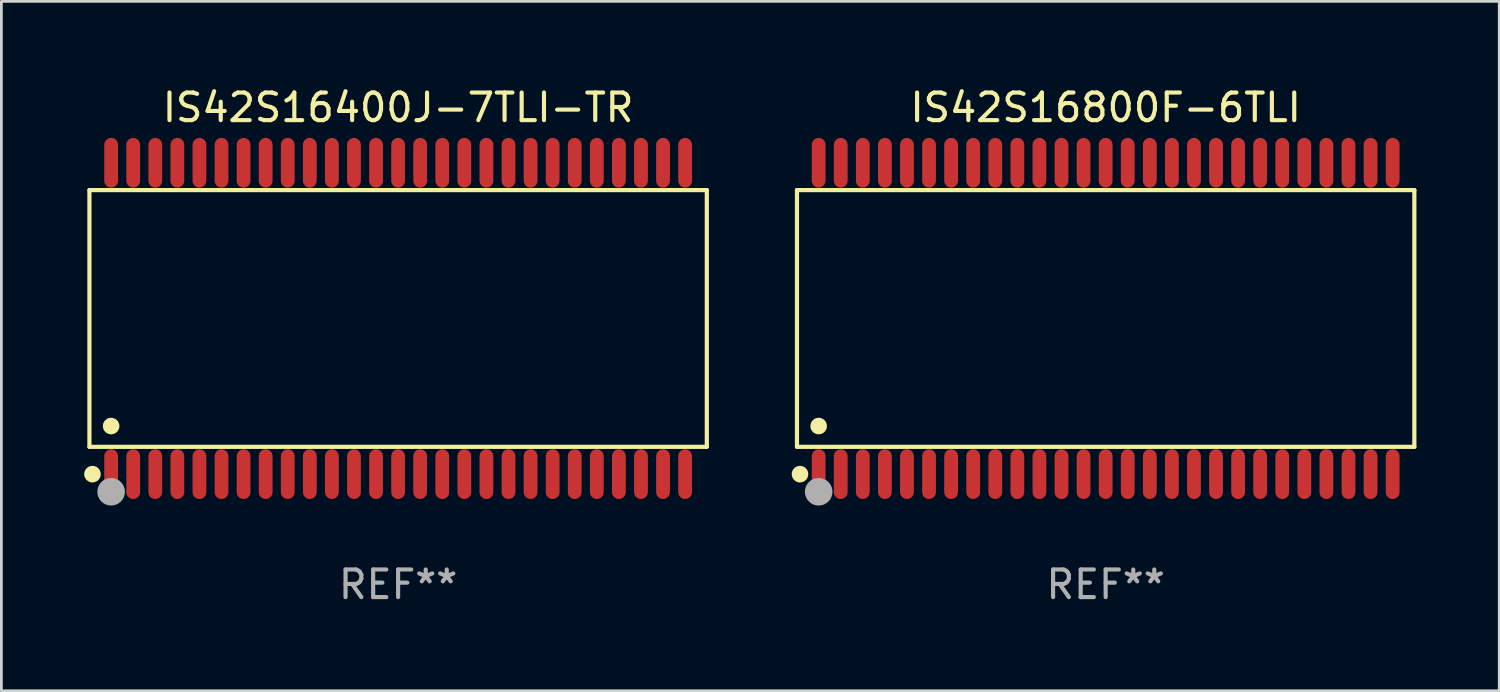
<source format=kicad_pcb>
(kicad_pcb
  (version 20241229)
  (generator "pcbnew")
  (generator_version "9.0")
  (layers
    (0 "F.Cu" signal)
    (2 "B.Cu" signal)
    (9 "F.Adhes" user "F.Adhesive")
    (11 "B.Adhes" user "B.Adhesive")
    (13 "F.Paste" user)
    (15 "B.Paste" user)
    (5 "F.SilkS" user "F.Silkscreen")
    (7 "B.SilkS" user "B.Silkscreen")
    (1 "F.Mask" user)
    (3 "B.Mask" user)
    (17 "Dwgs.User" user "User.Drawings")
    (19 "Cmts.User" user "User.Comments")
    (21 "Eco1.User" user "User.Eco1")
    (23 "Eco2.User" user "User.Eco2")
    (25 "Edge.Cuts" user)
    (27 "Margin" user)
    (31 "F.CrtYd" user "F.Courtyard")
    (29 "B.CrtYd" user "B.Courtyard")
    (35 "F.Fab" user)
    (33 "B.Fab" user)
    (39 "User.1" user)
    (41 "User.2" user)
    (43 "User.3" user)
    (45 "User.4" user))
  (footprint "IS42S16800F-6TLI"
    (layer "F.Cu")
    (at 37.016 8.49)
    (property "Reference" "IS42S16800F-6TLI" (at 0 -7.642 0) (layer "F.SilkS") (effects (font (size 1 1) (thickness 0.15))))
    (attr through_hole)
    (fp_line (start -11.186 -4.651) (end 11.186 -4.651) (stroke (width 0.152) (type solid)) (layer "F.SilkS"))
    (fp_line (start -11.186 4.651) (end -11.186 -4.651) (stroke (width 0.152) (type solid)) (layer "F.SilkS"))
    (fp_line (start 11.186 -4.651) (end 11.186 4.651) (stroke (width 0.152) (type solid)) (layer "F.SilkS"))
    (fp_line (start 11.186 4.651) (end -11.186 4.651) (stroke (width 0.152) (type solid)) (layer "F.SilkS"))
    (fp_circle (center -11.11 5.88) (end -11.08 5.88) (stroke (width 0.06) (type solid)) (fill no) (layer "F.SilkS"))
    (fp_circle (center -11.076 5.642) (end -10.926 5.642) (stroke (width 0.3) (type solid)) (fill no) (layer "F.SilkS"))
    (fp_circle (center -10.4 3.899) (end -10.25 3.899) (stroke (width 0.3) (type solid)) (fill no) (layer "F.SilkS"))
    (fp_circle (center -10.4 6.28) (end -10.15 6.28) (stroke (width 0.5) (type solid)) (fill no) (layer "F.Fab"))
    (fp_text user "REF**" (at 0 9.642 0) (layer "F.Fab") (effects (font (size 1 1) (thickness 0.15))))
    (pad "1" smd oval (at -10.4 5.642) (size 0.5 1.8) (layers "F.Cu" "F.Mask" "F.Paste"))
    (pad "2" smd oval (at -9.6 5.642) (size 0.5 1.8) (layers "F.Cu" "F.Mask" "F.Paste"))
    (pad "3" smd oval (at -8.8 5.642) (size 0.5 1.8) (layers "F.Cu" "F.Mask" "F.Paste"))
    (pad "4" smd oval (at -8 5.642) (size 0.5 1.8) (layers "F.Cu" "F.Mask" "F.Paste"))
    (pad "5" smd oval (at -7.2 5.642) (size 0.5 1.8) (layers "F.Cu" "F.Mask" "F.Paste"))
    (pad "6" smd oval (at -6.4 5.642) (size 0.5 1.8) (layers "F.Cu" "F.Mask" "F.Paste"))
    (pad "7" smd oval (at -5.6 5.642) (size 0.5 1.8) (layers "F.Cu" "F.Mask" "F.Paste"))
    (pad "8" smd oval (at -4.8 5.642) (size 0.5 1.8) (layers "F.Cu" "F.Mask" "F.Paste"))
    (pad "9" smd oval (at -4 5.642) (size 0.5 1.8) (layers "F.Cu" "F.Mask" "F.Paste"))
    (pad "10" smd oval (at -3.2 5.642) (size 0.5 1.8) (layers "F.Cu" "F.Mask" "F.Paste"))
    (pad "11" smd oval (at -2.4 5.642) (size 0.5 1.8) (layers "F.Cu" "F.Mask" "F.Paste"))
    (pad "12" smd oval (at -1.6 5.642) (size 0.5 1.8) (layers "F.Cu" "F.Mask" "F.Paste"))
    (pad "13" smd oval (at -0.8 5.642) (size 0.5 1.8) (layers "F.Cu" "F.Mask" "F.Paste"))
    (pad "14" smd oval (at 0 5.642) (size 0.5 1.8) (layers "F.Cu" "F.Mask" "F.Paste"))
    (pad "15" smd oval (at 0.8 5.642) (size 0.5 1.8) (layers "F.Cu" "F.Mask" "F.Paste"))
    (pad "16" smd oval (at 1.6 5.642) (size 0.5 1.8) (layers "F.Cu" "F.Mask" "F.Paste"))
    (pad "17" smd oval (at 2.4 5.642) (size 0.5 1.8) (layers "F.Cu" "F.Mask" "F.Paste"))
    (pad "18" smd oval (at 3.2 5.642) (size 0.5 1.8) (layers "F.Cu" "F.Mask" "F.Paste"))
    (pad "19" smd oval (at 4 5.642) (size 0.5 1.8) (layers "F.Cu" "F.Mask" "F.Paste"))
    (pad "20" smd oval (at 4.8 5.642) (size 0.5 1.8) (layers "F.Cu" "F.Mask" "F.Paste"))
    (pad "21" smd oval (at 5.6 5.642) (size 0.5 1.8) (layers "F.Cu" "F.Mask" "F.Paste"))
    (pad "22" smd oval (at 6.4 5.642) (size 0.5 1.8) (layers "F.Cu" "F.Mask" "F.Paste"))
    (pad "23" smd oval (at 7.2 5.642) (size 0.5 1.8) (layers "F.Cu" "F.Mask" "F.Paste"))
    (pad "24" smd oval (at 8 5.642) (size 0.5 1.8) (layers "F.Cu" "F.Mask" "F.Paste"))
    (pad "25" smd oval (at 8.8 5.642) (size 0.5 1.8) (layers "F.Cu" "F.Mask" "F.Paste"))
    (pad "26" smd oval (at 9.6 5.642) (size 0.5 1.8) (layers "F.Cu" "F.Mask" "F.Paste"))
    (pad "27" smd oval (at 10.4 5.642) (size 0.5 1.8) (layers "F.Cu" "F.Mask" "F.Paste"))
    (pad "28" smd oval (at 10.4 -5.642) (size 0.5 1.8) (layers "F.Cu" "F.Mask" "F.Paste"))
    (pad "29" smd oval (at 9.6 -5.642) (size 0.5 1.8) (layers "F.Cu" "F.Mask" "F.Paste"))
    (pad "30" smd oval (at 8.8 -5.642) (size 0.5 1.8) (layers "F.Cu" "F.Mask" "F.Paste"))
    (pad "31" smd oval (at 8 -5.642) (size 0.5 1.8) (layers "F.Cu" "F.Mask" "F.Paste"))
    (pad "32" smd oval (at 7.2 -5.642) (size 0.5 1.8) (layers "F.Cu" "F.Mask" "F.Paste"))
    (pad "33" smd oval (at 6.4 -5.642) (size 0.5 1.8) (layers "F.Cu" "F.Mask" "F.Paste"))
    (pad "34" smd oval (at 5.6 -5.642) (size 0.5 1.8) (layers "F.Cu" "F.Mask" "F.Paste"))
    (pad "35" smd oval (at 4.8 -5.642) (size 0.5 1.8) (layers "F.Cu" "F.Mask" "F.Paste"))
    (pad "36" smd oval (at 4 -5.642) (size 0.5 1.8) (layers "F.Cu" "F.Mask" "F.Paste"))
    (pad "37" smd oval (at 3.2 -5.642) (size 0.5 1.8) (layers "F.Cu" "F.Mask" "F.Paste"))
    (pad "38" smd oval (at 2.4 -5.642) (size 0.5 1.8) (layers "F.Cu" "F.Mask" "F.Paste"))
    (pad "39" smd oval (at 1.6 -5.642) (size 0.5 1.8) (layers "F.Cu" "F.Mask" "F.Paste"))
    (pad "40" smd oval (at 0.8 -5.642) (size 0.5 1.8) (layers "F.Cu" "F.Mask" "F.Paste"))
    (pad "41" smd oval (at 0 -5.642) (size 0.5 1.8) (layers "F.Cu" "F.Mask" "F.Paste"))
    (pad "42" smd oval (at -0.8 -5.642) (size 0.5 1.8) (layers "F.Cu" "F.Mask" "F.Paste"))
    (pad "43" smd oval (at -1.6 -5.642) (size 0.5 1.8) (layers "F.Cu" "F.Mask" "F.Paste"))
    (pad "44" smd oval (at -2.4 -5.642) (size 0.5 1.8) (layers "F.Cu" "F.Mask" "F.Paste"))
    (pad "45" smd oval (at -3.2 -5.642) (size 0.5 1.8) (layers "F.Cu" "F.Mask" "F.Paste"))
    (pad "46" smd oval (at -4 -5.642) (size 0.5 1.8) (layers "F.Cu" "F.Mask" "F.Paste"))
    (pad "47" smd oval (at -4.8 -5.642) (size 0.5 1.8) (layers "F.Cu" "F.Mask" "F.Paste"))
    (pad "48" smd oval (at -5.6 -5.642) (size 0.5 1.8) (layers "F.Cu" "F.Mask" "F.Paste"))
    (pad "49" smd oval (at -6.4 -5.642) (size 0.5 1.8) (layers "F.Cu" "F.Mask" "F.Paste"))
    (pad "50" smd oval (at -7.2 -5.642) (size 0.5 1.8) (layers "F.Cu" "F.Mask" "F.Paste"))
    (pad "51" smd oval (at -8 -5.642) (size 0.5 1.8) (layers "F.Cu" "F.Mask" "F.Paste"))
    (pad "52" smd oval (at -8.8 -5.642) (size 0.5 1.8) (layers "F.Cu" "F.Mask" "F.Paste"))
    (pad "53" smd oval (at -9.6 -5.642) (size 0.5 1.8) (layers "F.Cu" "F.Mask" "F.Paste"))
    (pad "54" smd oval (at -10.4 -5.642) (size 0.5 1.8) (layers "F.Cu" "F.Mask" "F.Paste")))
  (footprint "IS42S16400J-7TLI-TR"
    (layer "F.Cu")
    (at 11.377 8.49)
    (property "Reference" "IS42S16400J-7TLI-TR" (at 0 -7.642 0) (layer "F.SilkS") (effects (font (size 1 1) (thickness 0.15))))
    (attr through_hole)
    (fp_line (start -11.186 -4.651) (end 11.186 -4.651) (stroke (width 0.152) (type solid)) (layer "F.SilkS"))
    (fp_line (start -11.186 4.651) (end -11.186 -4.651) (stroke (width 0.152) (type solid)) (layer "F.SilkS"))
    (fp_line (start 11.186 -4.651) (end 11.186 4.651) (stroke (width 0.152) (type solid)) (layer "F.SilkS"))
    (fp_line (start 11.186 4.651) (end -11.186 4.651) (stroke (width 0.152) (type solid)) (layer "F.SilkS"))
    (fp_circle (center -11.11 5.88) (end -11.08 5.88) (stroke (width 0.06) (type solid)) (fill no) (layer "F.SilkS"))
    (fp_circle (center -11.076 5.642) (end -10.926 5.642) (stroke (width 0.3) (type solid)) (fill no) (layer "F.SilkS"))
    (fp_circle (center -10.4 3.899) (end -10.25 3.899) (stroke (width 0.3) (type solid)) (fill no) (layer "F.SilkS"))
    (fp_circle (center -10.4 6.28) (end -10.15 6.28) (stroke (width 0.5) (type solid)) (fill no) (layer "F.Fab"))
    (fp_text user "REF**" (at 0 9.642 0) (layer "F.Fab") (effects (font (size 1 1) (thickness 0.15))))
    (pad "1" smd oval (at -10.4 5.642) (size 0.5 1.8) (layers "F.Cu" "F.Mask" "F.Paste"))
    (pad "2" smd oval (at -9.6 5.642) (size 0.5 1.8) (layers "F.Cu" "F.Mask" "F.Paste"))
    (pad "3" smd oval (at -8.8 5.642) (size 0.5 1.8) (layers "F.Cu" "F.Mask" "F.Paste"))
    (pad "4" smd oval (at -8 5.642) (size 0.5 1.8) (layers "F.Cu" "F.Mask" "F.Paste"))
    (pad "5" smd oval (at -7.2 5.642) (size 0.5 1.8) (layers "F.Cu" "F.Mask" "F.Paste"))
    (pad "6" smd oval (at -6.4 5.642) (size 0.5 1.8) (layers "F.Cu" "F.Mask" "F.Paste"))
    (pad "7" smd oval (at -5.6 5.642) (size 0.5 1.8) (layers "F.Cu" "F.Mask" "F.Paste"))
    (pad "8" smd oval (at -4.8 5.642) (size 0.5 1.8) (layers "F.Cu" "F.Mask" "F.Paste"))
    (pad "9" smd oval (at -4 5.642) (size 0.5 1.8) (layers "F.Cu" "F.Mask" "F.Paste"))
    (pad "10" smd oval (at -3.2 5.642) (size 0.5 1.8) (layers "F.Cu" "F.Mask" "F.Paste"))
    (pad "11" smd oval (at -2.4 5.642) (size 0.5 1.8) (layers "F.Cu" "F.Mask" "F.Paste"))
    (pad "12" smd oval (at -1.6 5.642) (size 0.5 1.8) (layers "F.Cu" "F.Mask" "F.Paste"))
    (pad "13" smd oval (at -0.8 5.642) (size 0.5 1.8) (layers "F.Cu" "F.Mask" "F.Paste"))
    (pad "14" smd oval (at 0 5.642) (size 0.5 1.8) (layers "F.Cu" "F.Mask" "F.Paste"))
    (pad "15" smd oval (at 0.8 5.642) (size 0.5 1.8) (layers "F.Cu" "F.Mask" "F.Paste"))
    (pad "16" smd oval (at 1.6 5.642) (size 0.5 1.8) (layers "F.Cu" "F.Mask" "F.Paste"))
    (pad "17" smd oval (at 2.4 5.642) (size 0.5 1.8) (layers "F.Cu" "F.Mask" "F.Paste"))
    (pad "18" smd oval (at 3.2 5.642) (size 0.5 1.8) (layers "F.Cu" "F.Mask" "F.Paste"))
    (pad "19" smd oval (at 4 5.642) (size 0.5 1.8) (layers "F.Cu" "F.Mask" "F.Paste"))
    (pad "20" smd oval (at 4.8 5.642) (size 0.5 1.8) (layers "F.Cu" "F.Mask" "F.Paste"))
    (pad "21" smd oval (at 5.6 5.642) (size 0.5 1.8) (layers "F.Cu" "F.Mask" "F.Paste"))
    (pad "22" smd oval (at 6.4 5.642) (size 0.5 1.8) (layers "F.Cu" "F.Mask" "F.Paste"))
    (pad "23" smd oval (at 7.2 5.642) (size 0.5 1.8) (layers "F.Cu" "F.Mask" "F.Paste"))
    (pad "24" smd oval (at 8 5.642) (size 0.5 1.8) (layers "F.Cu" "F.Mask" "F.Paste"))
    (pad "25" smd oval (at 8.8 5.642) (size 0.5 1.8) (layers "F.Cu" "F.Mask" "F.Paste"))
    (pad "26" smd oval (at 9.6 5.642) (size 0.5 1.8) (layers "F.Cu" "F.Mask" "F.Paste"))
    (pad "27" smd oval (at 10.4 5.642) (size 0.5 1.8) (layers "F.Cu" "F.Mask" "F.Paste"))
    (pad "28" smd oval (at 10.4 -5.642) (size 0.5 1.8) (layers "F.Cu" "F.Mask" "F.Paste"))
    (pad "29" smd oval (at 9.6 -5.642) (size 0.5 1.8) (layers "F.Cu" "F.Mask" "F.Paste"))
    (pad "30" smd oval (at 8.8 -5.642) (size 0.5 1.8) (layers "F.Cu" "F.Mask" "F.Paste"))
    (pad "31" smd oval (at 8 -5.642) (size 0.5 1.8) (layers "F.Cu" "F.Mask" "F.Paste"))
    (pad "32" smd oval (at 7.2 -5.642) (size 0.5 1.8) (layers "F.Cu" "F.Mask" "F.Paste"))
    (pad "33" smd oval (at 6.4 -5.642) (size 0.5 1.8) (layers "F.Cu" "F.Mask" "F.Paste"))
    (pad "34" smd oval (at 5.6 -5.642) (size 0.5 1.8) (layers "F.Cu" "F.Mask" "F.Paste"))
    (pad "35" smd oval (at 4.8 -5.642) (size 0.5 1.8) (layers "F.Cu" "F.Mask" "F.Paste"))
    (pad "36" smd oval (at 4 -5.642) (size 0.5 1.8) (layers "F.Cu" "F.Mask" "F.Paste"))
    (pad "37" smd oval (at 3.2 -5.642) (size 0.5 1.8) (layers "F.Cu" "F.Mask" "F.Paste"))
    (pad "38" smd oval (at 2.4 -5.642) (size 0.5 1.8) (layers "F.Cu" "F.Mask" "F.Paste"))
    (pad "39" smd oval (at 1.6 -5.642) (size 0.5 1.8) (layers "F.Cu" "F.Mask" "F.Paste"))
    (pad "40" smd oval (at 0.8 -5.642) (size 0.5 1.8) (layers "F.Cu" "F.Mask" "F.Paste"))
    (pad "41" smd oval (at 0 -5.642) (size 0.5 1.8) (layers "F.Cu" "F.Mask" "F.Paste"))
    (pad "42" smd oval (at -0.8 -5.642) (size 0.5 1.8) (layers "F.Cu" "F.Mask" "F.Paste"))
    (pad "43" smd oval (at -1.6 -5.642) (size 0.5 1.8) (layers "F.Cu" "F.Mask" "F.Paste"))
    (pad "44" smd oval (at -2.4 -5.642) (size 0.5 1.8) (layers "F.Cu" "F.Mask" "F.Paste"))
    (pad "45" smd oval (at -3.2 -5.642) (size 0.5 1.8) (layers "F.Cu" "F.Mask" "F.Paste"))
    (pad "46" smd oval (at -4 -5.642) (size 0.5 1.8) (layers "F.Cu" "F.Mask" "F.Paste"))
    (pad "47" smd oval (at -4.8 -5.642) (size 0.5 1.8) (layers "F.Cu" "F.Mask" "F.Paste"))
    (pad "48" smd oval (at -5.6 -5.642) (size 0.5 1.8) (layers "F.Cu" "F.Mask" "F.Paste"))
    (pad "49" smd oval (at -6.4 -5.642) (size 0.5 1.8) (layers "F.Cu" "F.Mask" "F.Paste"))
    (pad "50" smd oval (at -7.2 -5.642) (size 0.5 1.8) (layers "F.Cu" "F.Mask" "F.Paste"))
    (pad "51" smd oval (at -8 -5.642) (size 0.5 1.8) (layers "F.Cu" "F.Mask" "F.Paste"))
    (pad "52" smd oval (at -8.8 -5.642) (size 0.5 1.8) (layers "F.Cu" "F.Mask" "F.Paste"))
    (pad "53" smd oval (at -9.6 -5.642) (size 0.5 1.8) (layers "F.Cu" "F.Mask" "F.Paste"))
    (pad "54" smd oval (at -10.4 -5.642) (size 0.5 1.8) (layers "F.Cu" "F.Mask" "F.Paste")))
  (gr_rect
    (start -3 -3)
    (end 51.278 21.981)
    (stroke (width 0.1) (type default))
    (fill no)
    (layer "Edge.Cuts")))
</source>
